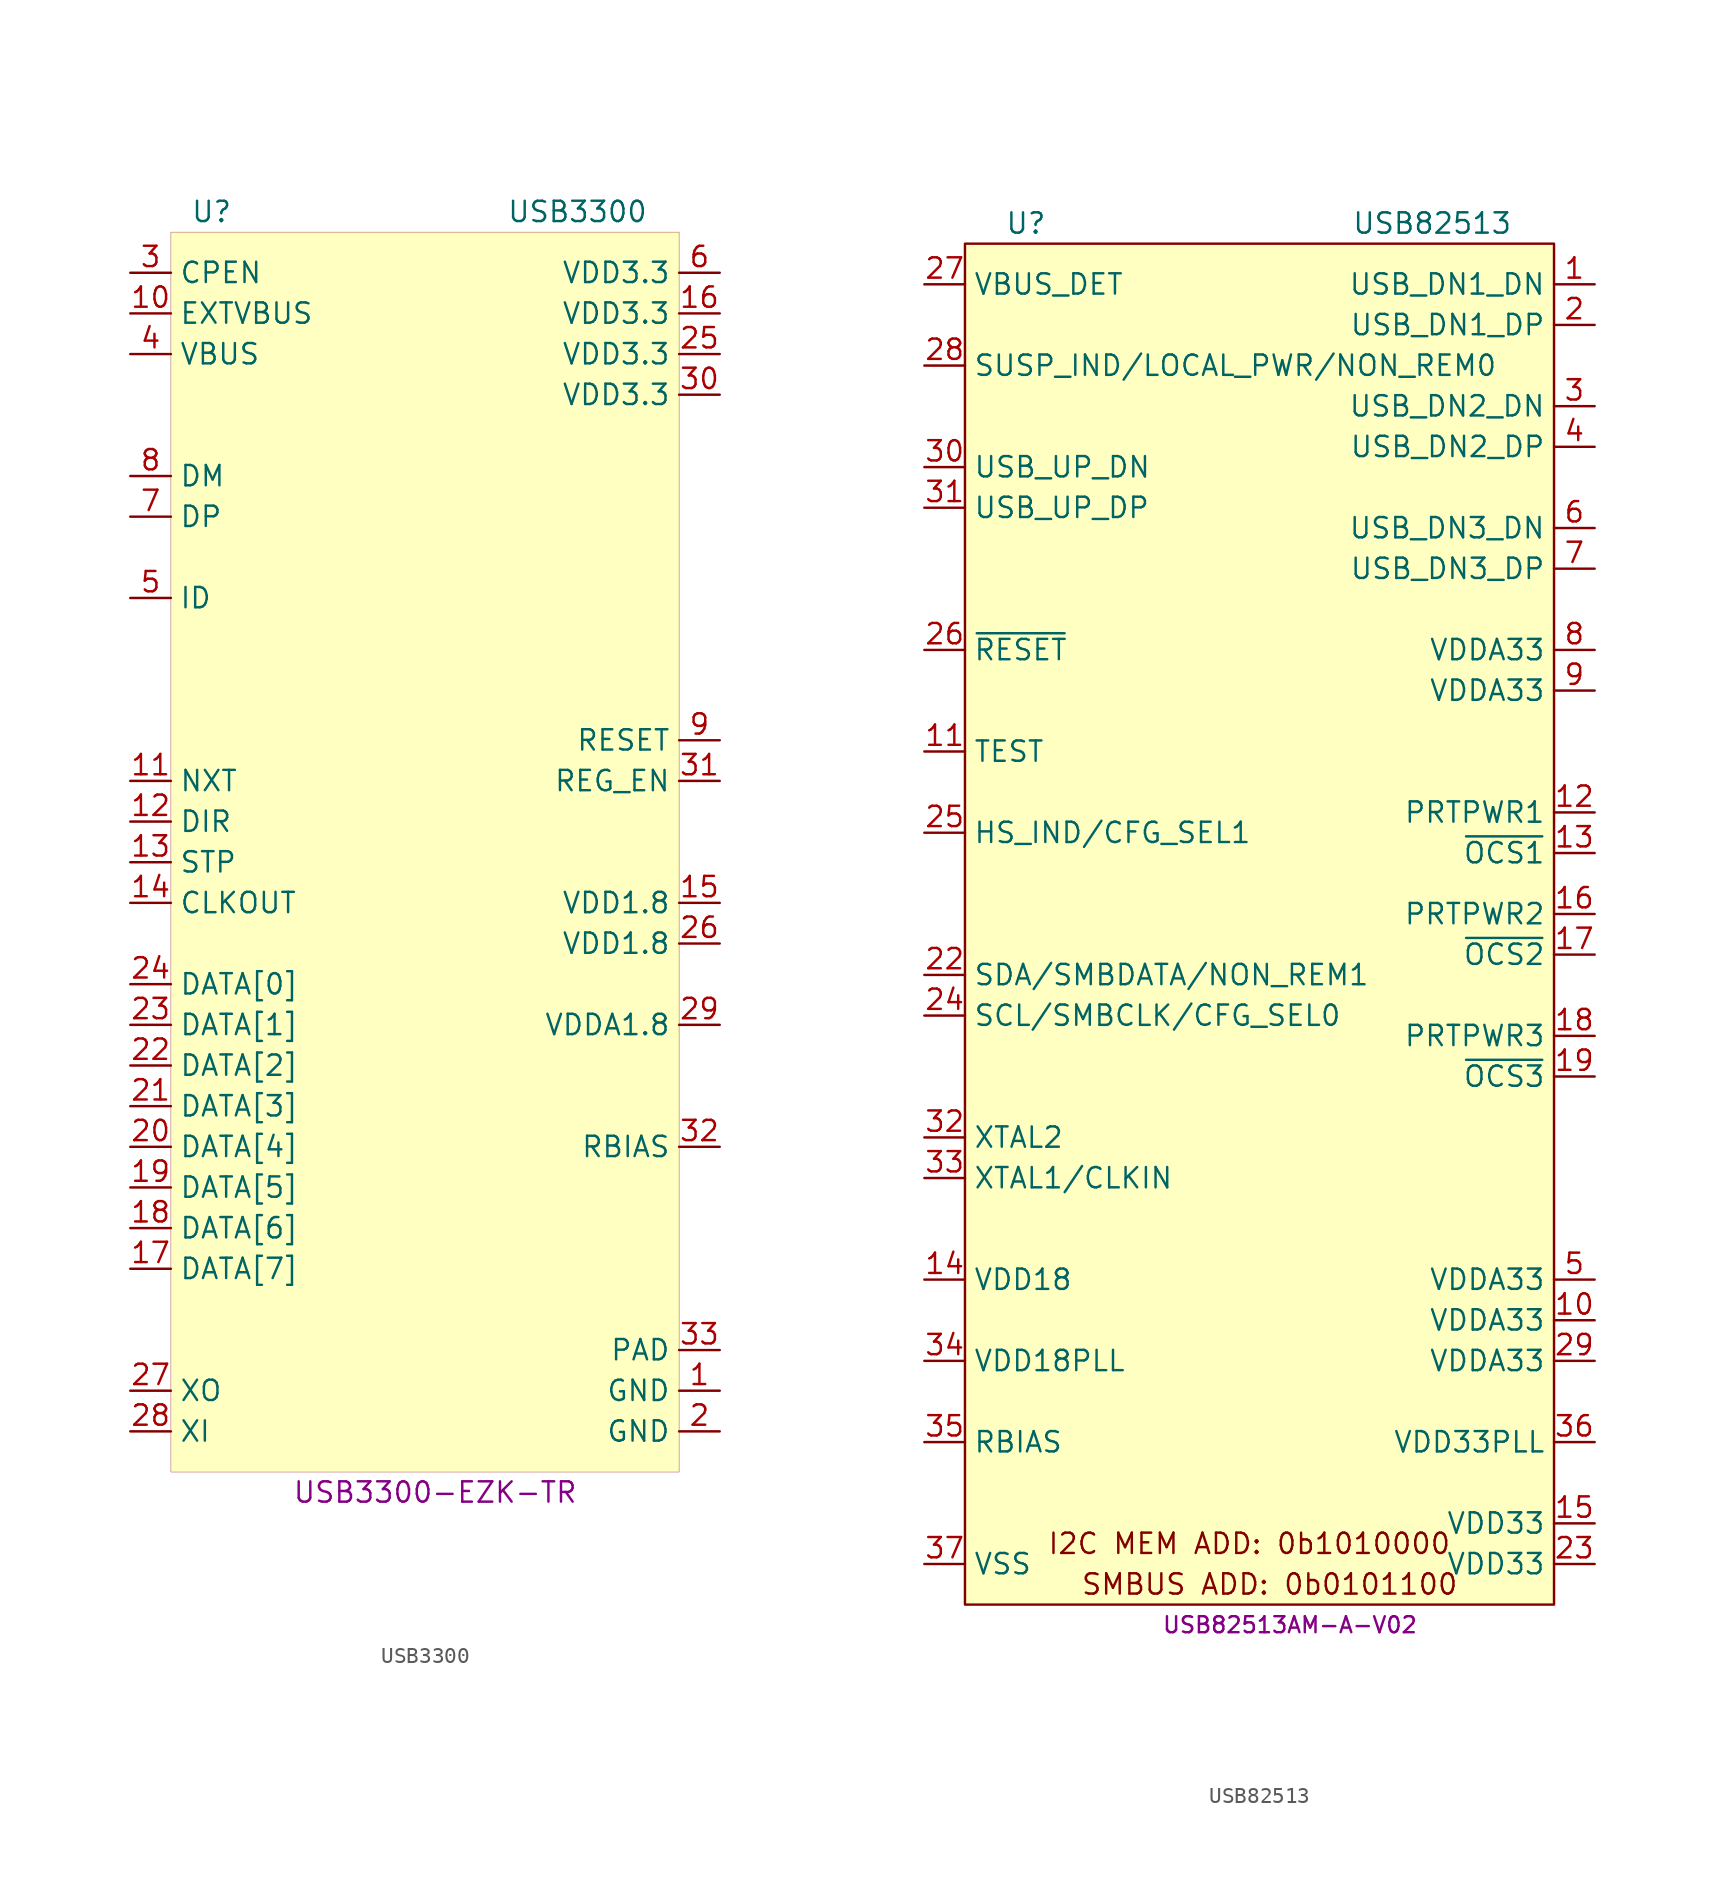
<source format=kicad_sym>
(kicad_symbol_lib
  (version 20231120)
  (generator "kicad_symbol_editor")
  (generator_version "8.0")
  (symbol "USB3300"
    (property "Reference" "U"
      (at -13.97 38.1 0)
      (effects (font (size 1.27 1.27))))
    (property "Value" "USB3300"
      (at 8.89 38.1 0)
      (effects (font (size 1.27 1.27))))
    (property "MPN" "USB3300-EZK-TR"
      (at 0 -41.91 0)
      (effects (font (size 1.27 1.27))))
    (symbol "USB3300_0_1"
      (rectangle (start 15.24 36.83) (end -16.51 -40.64) (stroke (width 0.001) (type default)) (fill (type background))))
    (symbol "USB3300_1_1"
      (pin power_in line (at 17.78 -35.56 180) (length 2.54) (name "GND" (effects (font (size 1.27 1.27)))) (number "1" (effects (font (size 1.27 1.27)))))
      (pin input line (at -19.05 31.75 0) (length 2.54) (name "EXTVBUS" (effects (font (size 1.27 1.27)))) (number "10" (effects (font (size 1.27 1.27)))))
      (pin output line (at -19.05 2.54 0) (length 2.54) (name "NXT" (effects (font (size 1.27 1.27)))) (number "11" (effects (font (size 1.27 1.27)))))
      (pin output line (at -19.05 0 0) (length 2.54) (name "DIR" (effects (font (size 1.27 1.27)))) (number "12" (effects (font (size 1.27 1.27)))))
      (pin input line (at -19.05 -2.54 0) (length 2.54) (name "STP" (effects (font (size 1.27 1.27)))) (number "13" (effects (font (size 1.27 1.27)))))
      (pin output line (at -19.05 -5.08 0) (length 2.54) (name "CLKOUT" (effects (font (size 1.27 1.27)))) (number "14" (effects (font (size 1.27 1.27)))))
      (pin power_out line (at 17.78 -5.08 180) (length 2.54) (name "VDD1.8" (effects (font (size 1.27 1.27)))) (number "15" (effects (font (size 1.27 1.27)))))
      (pin power_in line (at 17.78 31.75 180) (length 2.54) (name "VDD3.3" (effects (font (size 1.27 1.27)))) (number "16" (effects (font (size 1.27 1.27)))))
      (pin bidirectional line (at -19.05 -27.94 0) (length 2.54) (name "DATA[7]" (effects (font (size 1.27 1.27)))) (number "17" (effects (font (size 1.27 1.27)))))
      (pin bidirectional line (at -19.05 -25.4 0) (length 2.54) (name "DATA[6]" (effects (font (size 1.27 1.27)))) (number "18" (effects (font (size 1.27 1.27)))))
      (pin bidirectional line (at -19.05 -22.86 0) (length 2.54) (name "DATA[5]" (effects (font (size 1.27 1.27)))) (number "19" (effects (font (size 1.27 1.27)))))
      (pin power_in line (at 17.78 -38.1 180) (length 2.54) (name "GND" (effects (font (size 1.27 1.27)))) (number "2" (effects (font (size 1.27 1.27)))))
      (pin bidirectional line (at -19.05 -20.32 0) (length 2.54) (name "DATA[4]" (effects (font (size 1.27 1.27)))) (number "20" (effects (font (size 1.27 1.27)))))
      (pin bidirectional line (at -19.05 -17.78 0) (length 2.54) (name "DATA[3]" (effects (font (size 1.27 1.27)))) (number "21" (effects (font (size 1.27 1.27)))))
      (pin bidirectional line (at -19.05 -15.24 0) (length 2.54) (name "DATA[2]" (effects (font (size 1.27 1.27)))) (number "22" (effects (font (size 1.27 1.27)))))
      (pin bidirectional line (at -19.05 -12.7 0) (length 2.54) (name "DATA[1]" (effects (font (size 1.27 1.27)))) (number "23" (effects (font (size 1.27 1.27)))))
      (pin bidirectional line (at -19.05 -10.16 0) (length 2.54) (name "DATA[0]" (effects (font (size 1.27 1.27)))) (number "24" (effects (font (size 1.27 1.27)))))
      (pin power_in line (at 17.78 29.21 180) (length 2.54) (name "VDD3.3" (effects (font (size 1.27 1.27)))) (number "25" (effects (font (size 1.27 1.27)))))
      (pin power_out line (at 17.78 -7.62 180) (length 2.54) (name "VDD1.8" (effects (font (size 1.27 1.27)))) (number "26" (effects (font (size 1.27 1.27)))))
      (pin output line (at -19.05 -35.56 0) (length 2.54) (name "XO" (effects (font (size 1.27 1.27)))) (number "27" (effects (font (size 1.27 1.27)))))
      (pin input line (at -19.05 -38.1 0) (length 2.54) (name "XI" (effects (font (size 1.27 1.27)))) (number "28" (effects (font (size 1.27 1.27)))))
      (pin power_out line (at 17.78 -12.7 180) (length 2.54) (name "VDDA1.8" (effects (font (size 1.27 1.27)))) (number "29" (effects (font (size 1.27 1.27)))))
      (pin output line (at -19.05 34.29 0) (length 2.54) (name "CPEN" (effects (font (size 1.27 1.27)))) (number "3" (effects (font (size 1.27 1.27)))))
      (pin power_in line (at 17.78 26.67 180) (length 2.54) (name "VDD3.3" (effects (font (size 1.27 1.27)))) (number "30" (effects (font (size 1.27 1.27)))))
      (pin bidirectional line (at 17.78 2.54 180) (length 2.54) (name "REG_EN" (effects (font (size 1.27 1.27)))) (number "31" (effects (font (size 1.27 1.27)))))
      (pin passive line (at 17.78 -20.32 180) (length 2.54) (name "RBIAS" (effects (font (size 1.27 1.27)))) (number "32" (effects (font (size 1.27 1.27)))))
      (pin power_in line (at 17.78 -33.02 180) (length 2.54) (name "PAD" (effects (font (size 1.27 1.27)))) (number "33" (effects (font (size 1.27 1.27)))))
      (pin bidirectional line (at -19.05 29.21 0) (length 2.54) (name "VBUS" (effects (font (size 1.27 1.27)))) (number "4" (effects (font (size 1.27 1.27)))))
      (pin input line (at -19.05 13.97 0) (length 2.54) (name "ID" (effects (font (size 1.27 1.27)))) (number "5" (effects (font (size 1.27 1.27)))))
      (pin power_in line (at 17.78 34.29 180) (length 2.54) (name "VDD3.3" (effects (font (size 1.27 1.27)))) (number "6" (effects (font (size 1.27 1.27)))))
      (pin bidirectional line (at -19.05 19.05 0) (length 2.54) (name "DP" (effects (font (size 1.27 1.27)))) (number "7" (effects (font (size 1.27 1.27)))))
      (pin bidirectional line (at -19.05 21.59 0) (length 2.54) (name "DM" (effects (font (size 1.27 1.27)))) (number "8" (effects (font (size 1.27 1.27)))))
      (pin input line (at 17.78 5.08 180) (length 2.54) (name "RESET" (effects (font (size 1.27 1.27)))) (number "9" (effects (font (size 1.27 1.27)))))))
  (symbol "USB82513"
    (property "Reference" "U"
      (at -16.51 46.99 0)
      (effects (font (size 1.27 1.27))))
    (property "Value" "USB82513"
      (at 8.89 46.99 0)
      (effects (font (size 1.27 1.27))))
    (property "MPN" "USB82513AM-A-V02"
      (at 0 -40.64 0)
      (effects (font (size 1 1))))
    (symbol "USB82513_0_0"
      (text "I2C MEM ADD: 0b1010000" (at -2.54 -35.56 0) (effects (font (size 1.27 1.27))))
      (text "SMBUS ADD: 0b0101100" (at -1.27 -38.1 0) (effects (font (size 1.27 1.27)))))
    (symbol "USB82513_0_1"
      (rectangle (start -20.32 45.72) (end 16.51 -39.37) (stroke (width 0) (type default)) (fill (type background))))
    (symbol "USB82513_1_1"
      (pin bidirectional line (at 19.05 43.18 180) (length 2.54) (name "USB_DN1_DN" (effects (font (size 1.27 1.27)))) (number "1" (effects (font (size 1.27 1.27)))))
      (pin power_in line (at 19.05 -21.59 180) (length 2.54) (name "VDDA33" (effects (font (size 1.27 1.27)))) (number "10" (effects (font (size 1.27 1.27)))))
      (pin passive line (at -22.86 13.97 0) (length 2.54) (name "TEST" (effects (font (size 1.27 1.27)))) (number "11" (effects (font (size 1.27 1.27)))))
      (pin output line (at 19.05 10.16 180) (length 2.54) (name "PRTPWR1" (effects (font (size 1.27 1.27)))) (number "12" (effects (font (size 1.27 1.27)))))
      (pin input line (at 19.05 7.62 180) (length 2.54) (name "~{OCS1}" (effects (font (size 1.27 1.27)))) (number "13" (effects (font (size 1.27 1.27)))))
      (pin power_out line (at -22.86 -19.05 0) (length 2.54) (name "VDD18" (effects (font (size 1.27 1.27)))) (number "14" (effects (font (size 1.27 1.27)))))
      (pin power_in line (at 19.05 -34.29 180) (length 2.54) (name "VDD33" (effects (font (size 1.27 1.27)))) (number "15" (effects (font (size 1.27 1.27)))))
      (pin output line (at 19.05 3.81 180) (length 2.54) (name "PRTPWR2" (effects (font (size 1.27 1.27)))) (number "16" (effects (font (size 1.27 1.27)))))
      (pin input line (at 19.05 1.27 180) (length 2.54) (name "~{OCS2}" (effects (font (size 1.27 1.27)))) (number "17" (effects (font (size 1.27 1.27)))))
      (pin output line (at 19.05 -3.81 180) (length 2.54) (name "PRTPWR3" (effects (font (size 1.27 1.27)))) (number "18" (effects (font (size 1.27 1.27)))))
      (pin input line (at 19.05 -6.35 180) (length 2.54) (name "~{OCS3}" (effects (font (size 1.27 1.27)))) (number "19" (effects (font (size 1.27 1.27)))))
      (pin bidirectional line (at 19.05 40.64 180) (length 2.54) (name "USB_DN1_DP" (effects (font (size 1.27 1.27)))) (number "2" (effects (font (size 1.27 1.27)))))
      (pin bidirectional line (at -22.86 0 0) (length 2.54) (name "SDA/SMBDATA/NON_REM1" (effects (font (size 1.27 1.27)))) (number "22" (effects (font (size 1.27 1.27)))))
      (pin power_in line (at 19.05 -36.83 180) (length 2.54) (name "VDD33" (effects (font (size 1.27 1.27)))) (number "23" (effects (font (size 1.27 1.27)))))
      (pin bidirectional line (at -22.86 -2.54 0) (length 2.54) (name "SCL/SMBCLK/CFG_SEL0" (effects (font (size 1.27 1.27)))) (number "24" (effects (font (size 1.27 1.27)))))
      (pin bidirectional line (at -22.86 8.89 0) (length 2.54) (name "HS_IND/CFG_SEL1" (effects (font (size 1.27 1.27)))) (number "25" (effects (font (size 1.27 1.27)))))
      (pin input line (at -22.86 20.32 0) (length 2.54) (name "~{RESET}" (effects (font (size 1.27 1.27)))) (number "26" (effects (font (size 1.27 1.27)))))
      (pin input line (at -22.86 43.18 0) (length 2.54) (name "VBUS_DET" (effects (font (size 1.27 1.27)))) (number "27" (effects (font (size 1.27 1.27)))))
      (pin bidirectional line (at -22.86 38.1 0) (length 2.54) (name "SUSP_IND/LOCAL_PWR/NON_REM0" (effects (font (size 1.27 1.27)))) (number "28" (effects (font (size 1.27 1.27)))))
      (pin power_in line (at 19.05 -24.13 180) (length 2.54) (name "VDDA33" (effects (font (size 1.27 1.27)))) (number "29" (effects (font (size 1.27 1.27)))))
      (pin bidirectional line (at 19.05 35.56 180) (length 2.54) (name "USB_DN2_DN" (effects (font (size 1.27 1.27)))) (number "3" (effects (font (size 1.27 1.27)))))
      (pin bidirectional line (at -22.86 31.75 0) (length 2.54) (name "USB_UP_DN" (effects (font (size 1.27 1.27)))) (number "30" (effects (font (size 1.27 1.27)))))
      (pin bidirectional line (at -22.86 29.21 0) (length 2.54) (name "USB_UP_DP" (effects (font (size 1.27 1.27)))) (number "31" (effects (font (size 1.27 1.27)))))
      (pin output line (at -22.86 -10.16 0) (length 2.54) (name "XTAL2" (effects (font (size 1.27 1.27)))) (number "32" (effects (font (size 1.27 1.27)))))
      (pin input line (at -22.86 -12.7 0) (length 2.54) (name "XTAL1/CLKIN" (effects (font (size 1.27 1.27)))) (number "33" (effects (font (size 1.27 1.27)))))
      (pin power_out line (at -22.86 -24.13 0) (length 2.54) (name "VDD18PLL" (effects (font (size 1.27 1.27)))) (number "34" (effects (font (size 1.27 1.27)))))
      (pin passive line (at -22.86 -29.21 0) (length 2.54) (name "RBIAS" (effects (font (size 1.27 1.27)))) (number "35" (effects (font (size 1.27 1.27)))))
      (pin power_in line (at 19.05 -29.21 180) (length 2.54) (name "VDD33PLL" (effects (font (size 1.27 1.27)))) (number "36" (effects (font (size 1.27 1.27)))))
      (pin power_in line (at -22.86 -36.83 0) (length 2.54) (name "VSS" (effects (font (size 1.27 1.27)))) (number "37" (effects (font (size 1.27 1.27)))))
      (pin bidirectional line (at 19.05 33.02 180) (length 2.54) (name "USB_DN2_DP" (effects (font (size 1.27 1.27)))) (number "4" (effects (font (size 1.27 1.27)))))
      (pin power_in line (at 19.05 -19.05 180) (length 2.54) (name "VDDA33" (effects (font (size 1.27 1.27)))) (number "5" (effects (font (size 1.27 1.27)))))
      (pin bidirectional line (at 19.05 27.94 180) (length 2.54) (name "USB_DN3_DN" (effects (font (size 1.27 1.27)))) (number "6" (effects (font (size 1.27 1.27)))))
      (pin bidirectional line (at 19.05 25.4 180) (length 2.54) (name "USB_DN3_DP" (effects (font (size 1.27 1.27)))) (number "7" (effects (font (size 1.27 1.27)))))
      (pin passive line (at 19.05 20.32 180) (length 2.54) (name "VDDA33" (effects (font (size 1.27 1.27)))) (number "8" (effects (font (size 1.27 1.27)))))
      (pin passive line (at 19.05 17.78 180) (length 2.54) (name "VDDA33" (effects (font (size 1.27 1.27)))) (number "9" (effects (font (size 1.27 1.27))))))))
</source>
